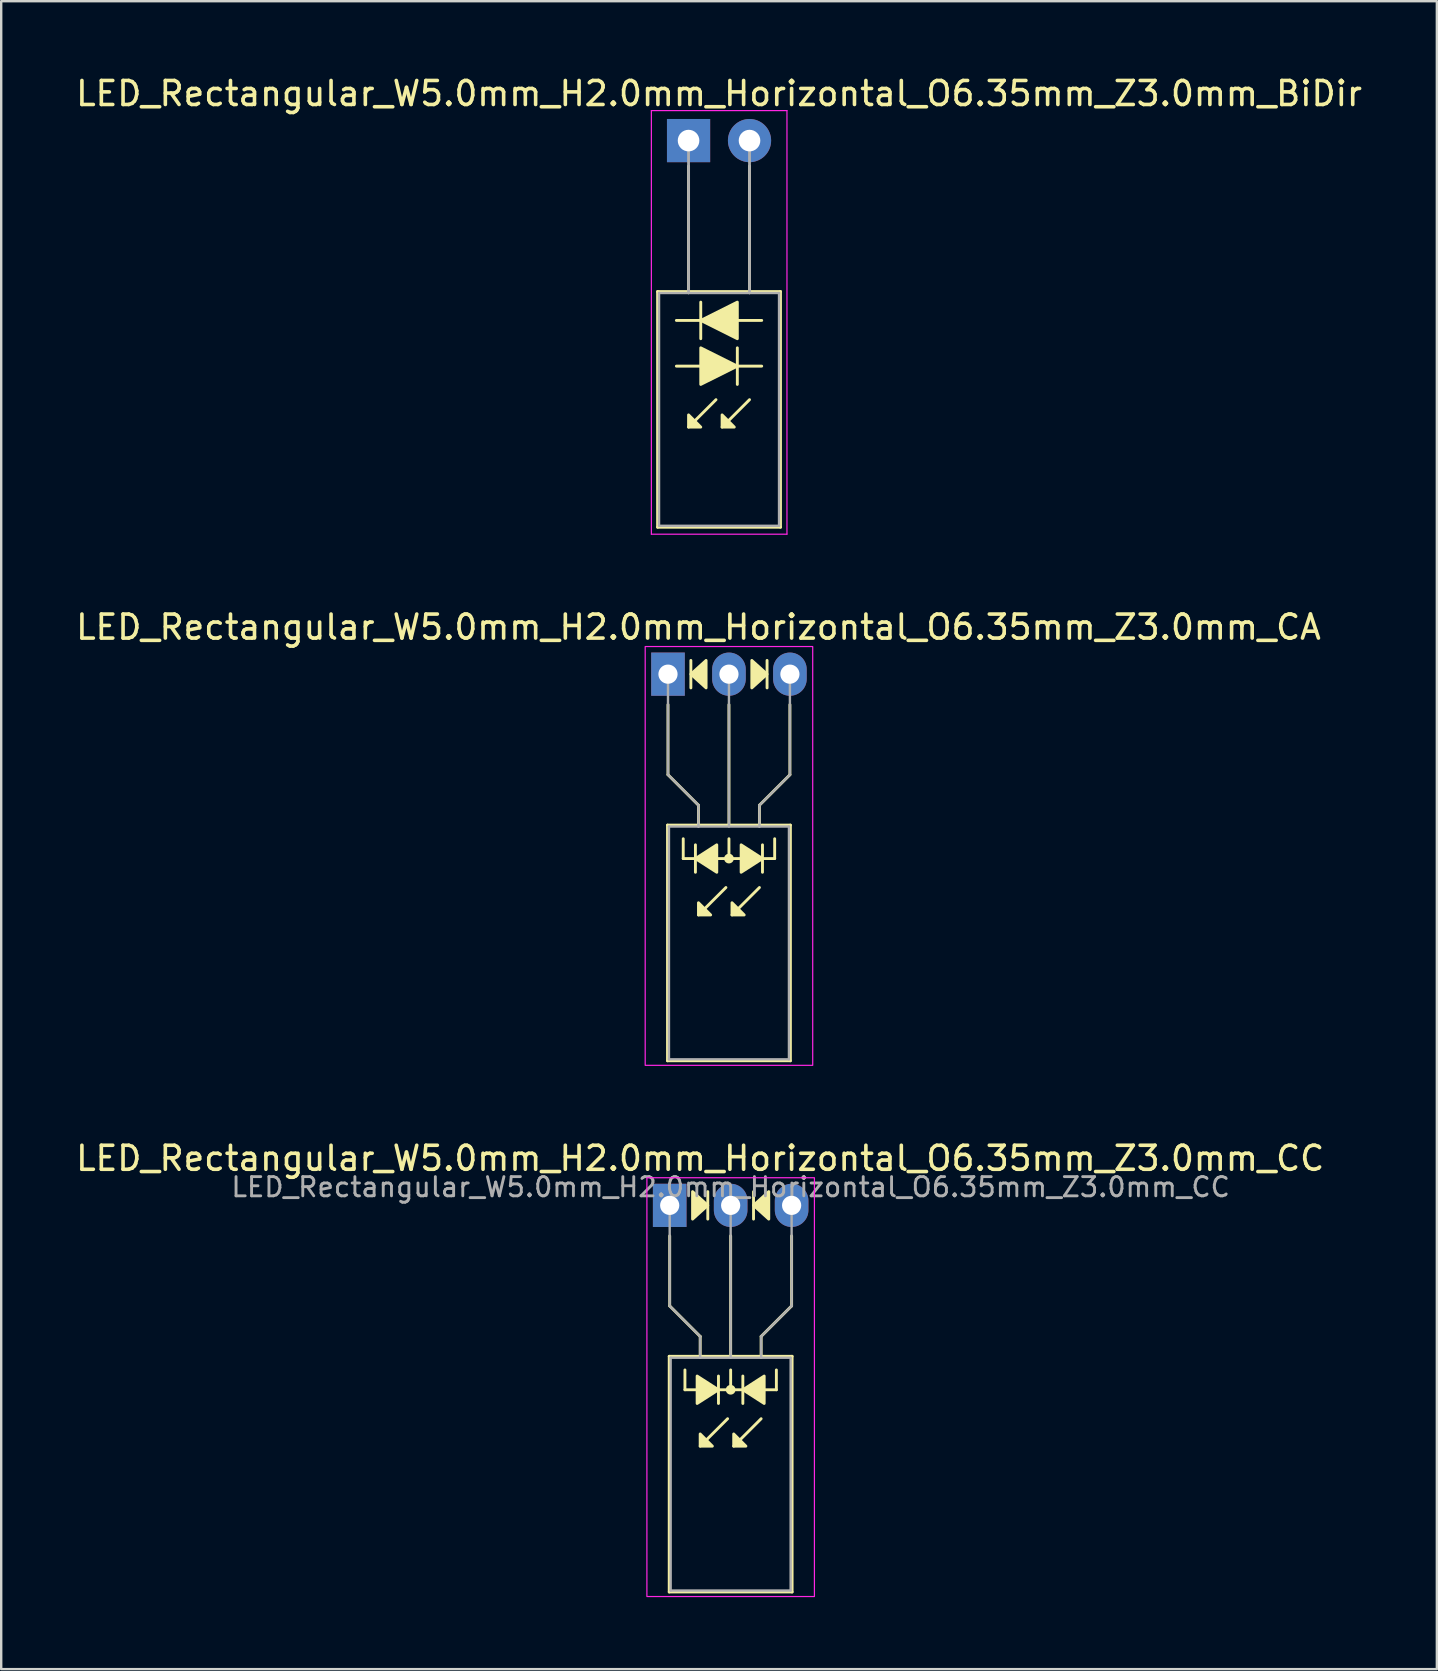
<source format=kicad_pcb>
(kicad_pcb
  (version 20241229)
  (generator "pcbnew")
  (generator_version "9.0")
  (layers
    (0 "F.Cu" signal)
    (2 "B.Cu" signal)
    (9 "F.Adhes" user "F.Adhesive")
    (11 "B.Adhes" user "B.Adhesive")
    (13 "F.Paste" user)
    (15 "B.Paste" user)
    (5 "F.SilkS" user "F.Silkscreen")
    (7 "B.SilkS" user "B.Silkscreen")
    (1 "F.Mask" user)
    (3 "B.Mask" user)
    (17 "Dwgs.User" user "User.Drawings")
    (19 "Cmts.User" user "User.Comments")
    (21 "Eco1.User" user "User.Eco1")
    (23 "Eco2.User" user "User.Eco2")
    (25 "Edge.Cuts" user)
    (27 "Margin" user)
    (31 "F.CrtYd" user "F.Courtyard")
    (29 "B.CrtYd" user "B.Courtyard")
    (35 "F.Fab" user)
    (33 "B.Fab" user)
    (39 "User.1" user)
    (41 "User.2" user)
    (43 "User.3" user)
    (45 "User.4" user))
  (footprint "LED_Rectangular_W5.0mm_H2.0mm_Horizontal_O6.35mm_Z3.0mm_CC"
    (layer "F.Cu")
    (at 24.855 47.175)
    (property "Reference" "LED_Rectangular_W5.0mm_H2.0mm_Horizontal_O6.35mm_Z3.0mm_CC" (at 1.27 -1.96 0) (layer "F.SilkS") (effects (font (size 1 1) (thickness 0.15))))
    (fp_line (start -0.02 6.29) (end -0.02 16.11) (stroke (width 0.12) (type solid)) (layer "F.SilkS"))
    (fp_line (start -0.02 16.11) (end 5.1 16.11) (stroke (width 0.12) (type solid)) (layer "F.SilkS"))
    (fp_line (start 0 1.27) (end 0 4.191) (stroke (width 0.12) (type default)) (layer "F.SilkS"))
    (fp_line (start 0 4.191) (end 1.27 5.461) (stroke (width 0.12) (type default)) (layer "F.SilkS"))
    (fp_line (start 0.635 7.684) (end 0.635 6.858) (stroke (width 0.12) (type default)) (layer "F.SilkS"))
    (fp_line (start 0.635 7.684) (end 4.445 7.684) (stroke (width 0.12) (type default)) (layer "F.SilkS"))
    (fp_line (start 1.27 5.461) (end 1.27 6.29) (stroke (width 0.12) (type default)) (layer "F.SilkS"))
    (fp_line (start 1.27 6.29) (end 1.27 6.29) (stroke (width 0.12) (type solid)) (layer "F.SilkS"))
    (fp_line (start 1.587 0.572) (end 1.587 -0.572) (stroke (width 0.12) (type solid)) (layer "F.SilkS"))
    (fp_line (start 2.032 8.255) (end 2.032 7.112) (stroke (width 0.12) (type solid)) (layer "F.SilkS"))
    (fp_line (start 2.413 8.89) (end 1.27 10.033) (stroke (width 0.12) (type solid)) (layer "F.SilkS"))
    (fp_line (start 2.54 6.29) (end 2.54 1.27) (stroke (width 0.12) (type default)) (layer "F.SilkS"))
    (fp_line (start 2.54 7.684) (end 2.54 6.858) (stroke (width 0.12) (type default)) (layer "F.SilkS"))
    (fp_line (start 3.048 7.112) (end 3.048 8.255) (stroke (width 0.12) (type solid)) (layer "F.SilkS"))
    (fp_line (start 3.493 -0.572) (end 3.493 0.572) (stroke (width 0.12) (type solid)) (layer "F.SilkS"))
    (fp_line (start 3.81 5.461) (end 3.81 6.29) (stroke (width 0.12) (type default)) (layer "F.SilkS"))
    (fp_line (start 3.81 6.29) (end 3.81 6.29) (stroke (width 0.12) (type solid)) (layer "F.SilkS"))
    (fp_line (start 3.81 8.89) (end 2.667 10.033) (stroke (width 0.12) (type solid)) (layer "F.SilkS"))
    (fp_line (start 4.445 7.684) (end 4.445 6.858) (stroke (width 0.12) (type default)) (layer "F.SilkS"))
    (fp_line (start 5.08 1.27) (end 5.08 4.191) (stroke (width 0.12) (type default)) (layer "F.SilkS"))
    (fp_line (start 5.08 4.191) (end 3.81 5.461) (stroke (width 0.12) (type default)) (layer "F.SilkS"))
    (fp_line (start 5.1 6.29) (end -0.02 6.29) (stroke (width 0.12) (type solid)) (layer "F.SilkS"))
    (fp_line (start 5.1 16.11) (end 5.1 6.29) (stroke (width 0.12) (type solid)) (layer "F.SilkS"))
    (fp_circle (center 2.54 7.684) (end 2.682 7.684) (stroke (width 0.12) (type solid)) (fill yes) (layer "F.SilkS"))
    (fp_poly (pts (xy 0.953 -0.572) (xy 1.587 0) (xy 0.953 0.572)) (stroke (width 0.12) (type solid)) (fill yes) (layer "F.SilkS"))
    (fp_poly (pts (xy 1.143 7.112) (xy 2.032 7.684) (xy 1.143 8.255)) (stroke (width 0.12) (type solid)) (fill yes) (layer "F.SilkS"))
    (fp_poly (pts (xy 1.27 9.525) (xy 1.778 10.033) (xy 1.27 10.033)) (stroke (width 0.12) (type solid)) (fill yes) (layer "F.SilkS"))
    (fp_poly (pts (xy 2.667 9.525) (xy 3.175 10.033) (xy 2.667 10.033)) (stroke (width 0.12) (type solid)) (fill yes) (layer "F.SilkS"))
    (fp_poly (pts (xy 3.937 8.255) (xy 3.048 7.684) (xy 3.937 7.112)) (stroke (width 0.12) (type solid)) (fill yes) (layer "F.SilkS"))
    (fp_poly (pts (xy 4.128 0.572) (xy 3.493 0) (xy 4.128 -0.572)) (stroke (width 0.12) (type solid)) (fill yes) (layer "F.SilkS"))
    (fp_rect (start -0.95 -1.15) (end 6.03 16.3) (stroke (width 0.05) (type default)) (fill no) (layer "F.CrtYd"))
    (fp_line (start 0 0) (end 0 0) (stroke (width 0.1) (type solid)) (layer "F.Fab"))
    (fp_line (start 0 4.191) (end 0 0) (stroke (width 0.1) (type default)) (layer "F.Fab"))
    (fp_line (start 0.04 6.35) (end 0.04 16.05) (stroke (width 0.1) (type solid)) (layer "F.Fab"))
    (fp_line (start 0.04 16.05) (end 5.04 16.05) (stroke (width 0.1) (type solid)) (layer "F.Fab"))
    (fp_line (start 1.27 5.461) (end 0 4.191) (stroke (width 0.1) (type default)) (layer "F.Fab"))
    (fp_line (start 1.27 5.461) (end 1.27 6.35) (stroke (width 0.1) (type default)) (layer "F.Fab"))
    (fp_line (start 1.27 6.35) (end 1.27 6.35) (stroke (width 0.1) (type solid)) (layer "F.Fab"))
    (fp_line (start 2.54 0) (end 2.54 0) (stroke (width 0.1) (type solid)) (layer "F.Fab"))
    (fp_line (start 2.54 0) (end 2.54 6.35) (stroke (width 0.1) (type default)) (layer "F.Fab"))
    (fp_line (start 3.81 5.461) (end 3.81 6.35) (stroke (width 0.1) (type default)) (layer "F.Fab"))
    (fp_line (start 3.81 5.461) (end 5.08 4.191) (stroke (width 0.1) (type default)) (layer "F.Fab"))
    (fp_line (start 3.81 6.35) (end 3.81 6.35) (stroke (width 0.1) (type solid)) (layer "F.Fab"))
    (fp_line (start 5.04 6.35) (end 0.04 6.35) (stroke (width 0.1) (type solid)) (layer "F.Fab"))
    (fp_line (start 5.04 16.05) (end 5.04 6.35) (stroke (width 0.1) (type solid)) (layer "F.Fab"))
    (fp_line (start 5.08 4.191) (end 5.08 0) (stroke (width 0.1) (type default)) (layer "F.Fab"))
    (fp_text user "${REFERENCE}" (at 2.54 -0.762 0) (layer "F.Fab") (effects (font (size 0.8 0.8) (thickness 0.12))))
    (pad "1" thru_hole rect (at 0 0) (size 1.4 1.8) (drill 0.8) (layers "*.Cu" "*.Mask"))
    (pad "2" thru_hole oval (at 2.54 0) (size 1.4 1.8) (drill 0.8) (layers "*.Cu" "*.Mask"))
    (pad "3" thru_hole oval (at 5.08 0) (size 1.4 1.8) (drill 0.8) (layers "*.Cu" "*.Mask")))
  (footprint "LED_Rectangular_W5.0mm_H2.0mm_Horizontal_O6.35mm_Z3.0mm_BiDir"
    (layer "F.Cu")
    (at 25.641 2.808)
    (property "Reference" "LED_Rectangular_W5.0mm_H2.0mm_Horizontal_O6.35mm_Z3.0mm_BiDir" (at 1.27 -1.96 0) (layer "F.SilkS") (effects (font (size 1 1) (thickness 0.15))))
    (fp_line (start -1.29 6.29) (end -1.29 16.11) (stroke (width 0.12) (type solid)) (layer "F.SilkS"))
    (fp_line (start -1.29 16.11) (end 3.83 16.11) (stroke (width 0.12) (type solid)) (layer "F.SilkS"))
    (fp_line (start -0.508 9.398) (end 0.508 9.398) (stroke (width 0.12) (type solid)) (layer "F.SilkS"))
    (fp_line (start 0 1.08) (end 0 1.08) (stroke (width 0.12) (type solid)) (layer "F.SilkS"))
    (fp_line (start 0 1.08) (end 0 6.29) (stroke (width 0.12) (type solid)) (layer "F.SilkS"))
    (fp_line (start 0 6.29) (end 0 1.08) (stroke (width 0.12) (type solid)) (layer "F.SilkS"))
    (fp_line (start 0 6.29) (end 0 6.29) (stroke (width 0.12) (type solid)) (layer "F.SilkS"))
    (fp_line (start 0.508 6.731) (end 0.508 8.255) (stroke (width 0.12) (type solid)) (layer "F.SilkS"))
    (fp_line (start 0.508 7.493) (end -0.508 7.493) (stroke (width 0.12) (type solid)) (layer "F.SilkS"))
    (fp_line (start 1.143 10.795) (end 0 11.938) (stroke (width 0.12) (type solid)) (layer "F.SilkS"))
    (fp_line (start 2.032 9.398) (end 3.048 9.398) (stroke (width 0.12) (type solid)) (layer "F.SilkS"))
    (fp_line (start 2.032 10.16) (end 2.032 8.636) (stroke (width 0.12) (type solid)) (layer "F.SilkS"))
    (fp_line (start 2.54 1.08) (end 2.54 1.08) (stroke (width 0.12) (type solid)) (layer "F.SilkS"))
    (fp_line (start 2.54 1.08) (end 2.54 6.29) (stroke (width 0.12) (type solid)) (layer "F.SilkS"))
    (fp_line (start 2.54 6.29) (end 2.54 1.08) (stroke (width 0.12) (type solid)) (layer "F.SilkS"))
    (fp_line (start 2.54 6.29) (end 2.54 6.29) (stroke (width 0.12) (type solid)) (layer "F.SilkS"))
    (fp_line (start 2.54 10.795) (end 1.397 11.938) (stroke (width 0.12) (type solid)) (layer "F.SilkS"))
    (fp_line (start 3.048 7.493) (end 2.032 7.493) (stroke (width 0.12) (type solid)) (layer "F.SilkS"))
    (fp_line (start 3.83 6.29) (end -1.29 6.29) (stroke (width 0.12) (type solid)) (layer "F.SilkS"))
    (fp_line (start 3.83 16.11) (end 3.83 6.29) (stroke (width 0.12) (type solid)) (layer "F.SilkS"))
    (fp_poly (pts (xy 0 11.43) (xy 0.508 11.938) (xy 0 11.938)) (stroke (width 0.12) (type solid)) (fill yes) (layer "F.SilkS"))
    (fp_poly (pts (xy 0.508 8.636) (xy 2.032 9.398) (xy 0.508 10.16)) (stroke (width 0.12) (type solid)) (fill yes) (layer "F.SilkS"))
    (fp_poly (pts (xy 1.397 11.43) (xy 1.905 11.938) (xy 1.397 11.938)) (stroke (width 0.12) (type solid)) (fill yes) (layer "F.SilkS"))
    (fp_poly (pts (xy 2.032 8.255) (xy 0.508 7.493) (xy 2.032 6.731)) (stroke (width 0.12) (type solid)) (fill yes) (layer "F.SilkS"))
    (fp_line (start -1.55 -1.25) (end -1.55 16.4) (stroke (width 0.05) (type solid)) (layer "F.CrtYd"))
    (fp_line (start -1.55 16.4) (end 4.1 16.4) (stroke (width 0.05) (type solid)) (layer "F.CrtYd"))
    (fp_line (start 4.1 -1.25) (end -1.55 -1.25) (stroke (width 0.05) (type solid)) (layer "F.CrtYd"))
    (fp_line (start 4.1 16.4) (end 4.1 -1.25) (stroke (width 0.05) (type solid)) (layer "F.CrtYd"))
    (fp_line (start -1.23 6.35) (end -1.23 16.05) (stroke (width 0.1) (type solid)) (layer "F.Fab"))
    (fp_line (start -1.23 16.05) (end 3.77 16.05) (stroke (width 0.1) (type solid)) (layer "F.Fab"))
    (fp_line (start 0 0) (end 0 0) (stroke (width 0.1) (type solid)) (layer "F.Fab"))
    (fp_line (start 0 0) (end 0 6.35) (stroke (width 0.1) (type solid)) (layer "F.Fab"))
    (fp_line (start 0 6.35) (end 0 0) (stroke (width 0.1) (type solid)) (layer "F.Fab"))
    (fp_line (start 0 6.35) (end 0 6.35) (stroke (width 0.1) (type solid)) (layer "F.Fab"))
    (fp_line (start 2.54 0) (end 2.54 0) (stroke (width 0.1) (type solid)) (layer "F.Fab"))
    (fp_line (start 2.54 0) (end 2.54 6.35) (stroke (width 0.1) (type solid)) (layer "F.Fab"))
    (fp_line (start 2.54 6.35) (end 2.54 0) (stroke (width 0.1) (type solid)) (layer "F.Fab"))
    (fp_line (start 2.54 6.35) (end 2.54 6.35) (stroke (width 0.1) (type solid)) (layer "F.Fab"))
    (fp_line (start 3.77 6.35) (end -1.23 6.35) (stroke (width 0.1) (type solid)) (layer "F.Fab"))
    (fp_line (start 3.77 16.05) (end 3.77 6.35) (stroke (width 0.1) (type solid)) (layer "F.Fab"))
    (pad "1" thru_hole rect (at 0 0) (size 1.8 1.8) (drill 0.9) (layers "*.Cu" "*.Mask"))
    (pad "2" thru_hole circle (at 2.54 0) (size 1.8 1.8) (drill 0.9) (layers "*.Cu" "*.Mask")))
  (footprint "LED_Rectangular_W5.0mm_H2.0mm_Horizontal_O6.35mm_Z3.0mm_CA"
    (layer "F.Cu")
    (at 24.784 25.041)
    (property "Reference" "LED_Rectangular_W5.0mm_H2.0mm_Horizontal_O6.35mm_Z3.0mm_CA" (at 1.27 -1.96 0) (layer "F.SilkS") (effects (font (size 1 1) (thickness 0.15))))
    (fp_line (start -0.02 6.29) (end -0.02 16.11) (stroke (width 0.12) (type solid)) (layer "F.SilkS"))
    (fp_line (start -0.02 16.11) (end 5.1 16.11) (stroke (width 0.12) (type solid)) (layer "F.SilkS"))
    (fp_line (start 0 1.27) (end 0 4.191) (stroke (width 0.12) (type default)) (layer "F.SilkS"))
    (fp_line (start 0 4.191) (end 1.27 5.461) (stroke (width 0.12) (type default)) (layer "F.SilkS"))
    (fp_line (start 0.635 7.684) (end 0.635 6.858) (stroke (width 0.12) (type default)) (layer "F.SilkS"))
    (fp_line (start 0.635 7.684) (end 4.445 7.684) (stroke (width 0.12) (type default)) (layer "F.SilkS"))
    (fp_line (start 0.953 -0.572) (end 0.953 0.572) (stroke (width 0.12) (type solid)) (layer "F.SilkS"))
    (fp_line (start 1.143 7.112) (end 1.143 8.255) (stroke (width 0.12) (type solid)) (layer "F.SilkS"))
    (fp_line (start 1.27 5.461) (end 1.27 6.29) (stroke (width 0.12) (type default)) (layer "F.SilkS"))
    (fp_line (start 1.27 6.29) (end 1.27 6.29) (stroke (width 0.12) (type solid)) (layer "F.SilkS"))
    (fp_line (start 2.413 8.89) (end 1.27 10.033) (stroke (width 0.12) (type solid)) (layer "F.SilkS"))
    (fp_line (start 2.54 6.29) (end 2.54 1.27) (stroke (width 0.12) (type default)) (layer "F.SilkS"))
    (fp_line (start 2.54 7.684) (end 2.54 6.858) (stroke (width 0.12) (type default)) (layer "F.SilkS"))
    (fp_line (start 3.81 5.461) (end 3.81 6.29) (stroke (width 0.12) (type default)) (layer "F.SilkS"))
    (fp_line (start 3.81 6.29) (end 3.81 6.29) (stroke (width 0.12) (type solid)) (layer "F.SilkS"))
    (fp_line (start 3.81 8.89) (end 2.667 10.033) (stroke (width 0.12) (type solid)) (layer "F.SilkS"))
    (fp_line (start 3.937 8.255) (end 3.937 7.112) (stroke (width 0.12) (type solid)) (layer "F.SilkS"))
    (fp_line (start 4.128 0.572) (end 4.128 -0.572) (stroke (width 0.12) (type solid)) (layer "F.SilkS"))
    (fp_line (start 4.445 7.684) (end 4.445 6.858) (stroke (width 0.12) (type default)) (layer "F.SilkS"))
    (fp_line (start 5.08 1.27) (end 5.08 4.191) (stroke (width 0.12) (type default)) (layer "F.SilkS"))
    (fp_line (start 5.08 4.191) (end 3.81 5.461) (stroke (width 0.12) (type default)) (layer "F.SilkS"))
    (fp_line (start 5.1 6.29) (end -0.02 6.29) (stroke (width 0.12) (type solid)) (layer "F.SilkS"))
    (fp_line (start 5.1 16.11) (end 5.1 6.29) (stroke (width 0.12) (type solid)) (layer "F.SilkS"))
    (fp_circle (center 2.54 7.684) (end 2.682 7.684) (stroke (width 0.12) (type solid)) (fill yes) (layer "F.SilkS"))
    (fp_poly (pts (xy 1.27 9.525) (xy 1.778 10.033) (xy 1.27 10.033)) (stroke (width 0.12) (type solid)) (fill yes) (layer "F.SilkS"))
    (fp_poly (pts (xy 1.587 0.572) (xy 0.953 0) (xy 1.587 -0.572)) (stroke (width 0.12) (type solid)) (fill yes) (layer "F.SilkS"))
    (fp_poly (pts (xy 2.032 8.255) (xy 1.143 7.684) (xy 2.032 7.112)) (stroke (width 0.12) (type solid)) (fill yes) (layer "F.SilkS"))
    (fp_poly (pts (xy 2.667 9.525) (xy 3.175 10.033) (xy 2.667 10.033)) (stroke (width 0.12) (type solid)) (fill yes) (layer "F.SilkS"))
    (fp_poly (pts (xy 3.048 7.112) (xy 3.937 7.684) (xy 3.048 8.255)) (stroke (width 0.12) (type solid)) (fill yes) (layer "F.SilkS"))
    (fp_poly (pts (xy 3.493 -0.572) (xy 4.128 0) (xy 3.493 0.572)) (stroke (width 0.12) (type solid)) (fill yes) (layer "F.SilkS"))
    (fp_rect (start -0.95 -1.15) (end 6.03 16.3) (stroke (width 0.05) (type default)) (fill no) (layer "F.CrtYd"))
    (fp_line (start 0 0) (end 0 0) (stroke (width 0.1) (type solid)) (layer "F.Fab"))
    (fp_line (start 0 4.191) (end 0 0) (stroke (width 0.1) (type default)) (layer "F.Fab"))
    (fp_line (start 0.04 6.35) (end 0.04 16.05) (stroke (width 0.1) (type solid)) (layer "F.Fab"))
    (fp_line (start 0.04 16.05) (end 5.04 16.05) (stroke (width 0.1) (type solid)) (layer "F.Fab"))
    (fp_line (start 1.27 5.461) (end 0 4.191) (stroke (width 0.1) (type default)) (layer "F.Fab"))
    (fp_line (start 1.27 5.461) (end 1.27 6.35) (stroke (width 0.1) (type default)) (layer "F.Fab"))
    (fp_line (start 1.27 6.35) (end 1.27 6.35) (stroke (width 0.1) (type solid)) (layer "F.Fab"))
    (fp_line (start 2.54 0) (end 2.54 0) (stroke (width 0.1) (type solid)) (layer "F.Fab"))
    (fp_line (start 2.54 0) (end 2.54 6.35) (stroke (width 0.1) (type default)) (layer "F.Fab"))
    (fp_line (start 3.81 5.461) (end 3.81 6.35) (stroke (width 0.1) (type default)) (layer "F.Fab"))
    (fp_line (start 3.81 5.461) (end 5.08 4.191) (stroke (width 0.1) (type default)) (layer "F.Fab"))
    (fp_line (start 3.81 6.35) (end 3.81 6.35) (stroke (width 0.1) (type solid)) (layer "F.Fab"))
    (fp_line (start 5.04 6.35) (end 0.04 6.35) (stroke (width 0.1) (type solid)) (layer "F.Fab"))
    (fp_line (start 5.04 16.05) (end 5.04 6.35) (stroke (width 0.1) (type solid)) (layer "F.Fab"))
    (fp_line (start 5.08 4.191) (end 5.08 0) (stroke (width 0.1) (type default)) (layer "F.Fab"))
    (pad "1" thru_hole rect (at 0 0) (size 1.4 1.8) (drill 0.8) (layers "*.Cu" "*.Mask"))
    (pad "2" thru_hole oval (at 2.54 0) (size 1.4 1.8) (drill 0.8) (layers "*.Cu" "*.Mask"))
    (pad "3" thru_hole oval (at 5.08 0) (size 1.4 1.8) (drill 0.8) (layers "*.Cu" "*.Mask")))
  (gr_rect
    (start -3 -3)
    (end 56.821 66.5)
    (stroke (width 0.1) (type default))
    (fill no)
    (layer "Edge.Cuts")))
</source>
